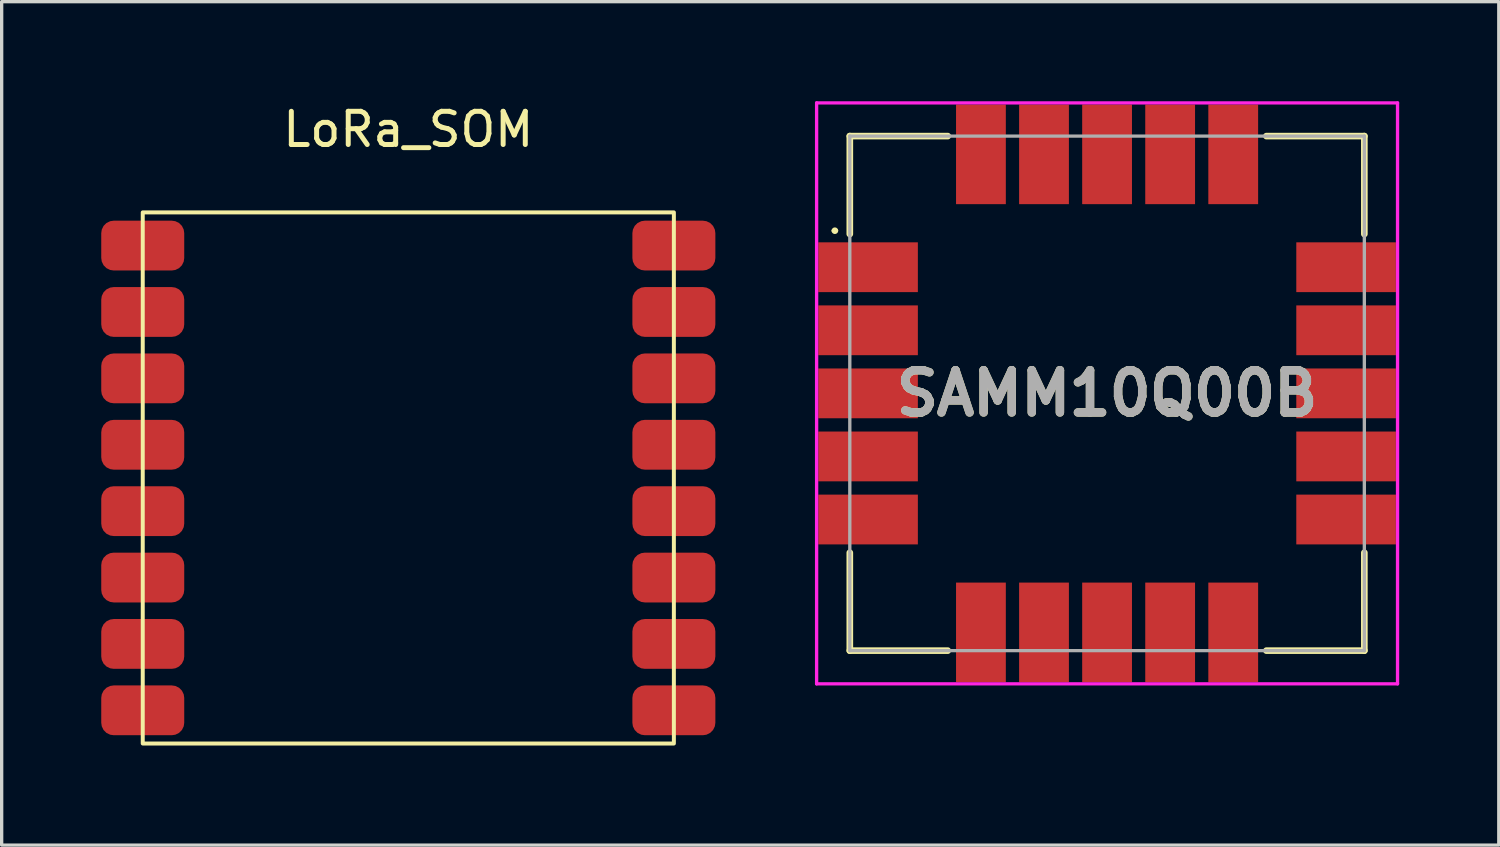
<source format=kicad_pcb>
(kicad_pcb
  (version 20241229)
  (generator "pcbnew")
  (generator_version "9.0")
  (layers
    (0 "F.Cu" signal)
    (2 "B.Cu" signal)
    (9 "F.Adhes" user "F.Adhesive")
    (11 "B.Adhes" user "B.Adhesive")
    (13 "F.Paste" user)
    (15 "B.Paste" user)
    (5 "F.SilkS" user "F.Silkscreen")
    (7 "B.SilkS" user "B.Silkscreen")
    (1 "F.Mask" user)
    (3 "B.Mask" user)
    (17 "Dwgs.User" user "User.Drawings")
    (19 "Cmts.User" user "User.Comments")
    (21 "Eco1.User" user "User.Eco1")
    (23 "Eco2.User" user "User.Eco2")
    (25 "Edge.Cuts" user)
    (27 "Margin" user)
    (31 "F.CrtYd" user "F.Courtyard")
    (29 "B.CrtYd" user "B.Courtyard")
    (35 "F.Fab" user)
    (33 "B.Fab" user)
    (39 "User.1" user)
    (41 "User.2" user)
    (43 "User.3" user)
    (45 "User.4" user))
  (footprint "LoRa_SOM"
    (layer "F.Cu")
    (at 9.25 1.348)
    (property "Reference" "LoRa_SOM" (at 0 -0.5 0) (unlocked yes) (layer "F.SilkS") (effects (font (size 1 1) (thickness 0.15))))
    (attr smd)
    (fp_rect (start -8 2) (end 8 18) (stroke (width 0.12) (type default)) (fill no) (layer "F.SilkS"))
    (pad "1" smd roundrect (at -8 3) (size 2.5 1.5) (layers "F.Cu" "F.Mask" "F.Paste") (roundrect_rratio 0.25))
    (pad "2" smd roundrect (at -8 5) (size 2.5 1.5) (layers "F.Cu" "F.Mask" "F.Paste") (roundrect_rratio 0.25))
    (pad "3" smd roundrect (at -8 7) (size 2.5 1.5) (layers "F.Cu" "F.Mask" "F.Paste") (roundrect_rratio 0.25))
    (pad "4" smd roundrect (at -8 9) (size 2.5 1.5) (layers "F.Cu" "F.Mask" "F.Paste") (roundrect_rratio 0.25))
    (pad "5" smd roundrect (at -8 11) (size 2.5 1.5) (layers "F.Cu" "F.Mask" "F.Paste") (roundrect_rratio 0.25))
    (pad "6" smd roundrect (at -8 13) (size 2.5 1.5) (layers "F.Cu" "F.Mask" "F.Paste") (roundrect_rratio 0.25))
    (pad "7" smd roundrect (at -8 15) (size 2.5 1.5) (layers "F.Cu" "F.Mask" "F.Paste") (roundrect_rratio 0.25))
    (pad "8" smd roundrect (at -8 17) (size 2.5 1.5) (layers "F.Cu" "F.Mask" "F.Paste") (roundrect_rratio 0.25))
    (pad "9" smd roundrect (at 8 17) (size 2.5 1.5) (layers "F.Cu" "F.Mask" "F.Paste") (roundrect_rratio 0.25))
    (pad "10" smd roundrect (at 8 15) (size 2.5 1.5) (layers "F.Cu" "F.Mask" "F.Paste") (roundrect_rratio 0.25))
    (pad "11" smd roundrect (at 8 13) (size 2.5 1.5) (layers "F.Cu" "F.Mask" "F.Paste") (roundrect_rratio 0.25))
    (pad "12" smd roundrect (at 8 11) (size 2.5 1.5) (layers "F.Cu" "F.Mask" "F.Paste") (roundrect_rratio 0.25))
    (pad "13" smd roundrect (at 8 9) (size 2.5 1.5) (layers "F.Cu" "F.Mask" "F.Paste") (roundrect_rratio 0.25))
    (pad "14" smd roundrect (at 8 7) (size 2.5 1.5) (layers "F.Cu" "F.Mask" "F.Paste") (roundrect_rratio 0.25))
    (pad "15" smd roundrect (at 8 5) (size 2.5 1.5) (layers "F.Cu" "F.Mask" "F.Paste") (roundrect_rratio 0.25))
    (pad "16" smd roundrect (at 8 3) (size 2.5 1.5) (layers "F.Cu" "F.Mask" "F.Paste") (roundrect_rratio 0.25)))
  (footprint "SAMM10Q00B"
    (layer "F.Cu")
    (at 30.3 8.8)
    (property "Reference" "SAMM10Q00B" (at 0 0 0) (layer "F.SilkS") (effects (font (size 1.27 1.27) (thickness 0.254))))
    (attr smd)
    (fp_line (start -7.75 -7.75) (end -4.8 -7.75) (stroke (width 0.2) (type solid)) (layer "F.SilkS"))
    (fp_line (start -7.75 -4.8) (end -7.75 -7.75) (stroke (width 0.2) (type solid)) (layer "F.SilkS"))
    (fp_line (start -7.75 4.8) (end -7.75 7.75) (stroke (width 0.2) (type solid)) (layer "F.SilkS"))
    (fp_line (start -7.75 7.75) (end -4.8 7.75) (stroke (width 0.2) (type solid)) (layer "F.SilkS"))
    (fp_line (start 4.8 -7.75) (end 7.75 -7.75) (stroke (width 0.2) (type solid)) (layer "F.SilkS"))
    (fp_line (start 7.75 -7.75) (end 7.75 -4.8) (stroke (width 0.2) (type solid)) (layer "F.SilkS"))
    (fp_line (start 7.75 4.8) (end 7.75 7.75) (stroke (width 0.2) (type solid)) (layer "F.SilkS"))
    (fp_line (start 7.75 7.75) (end 4.8 7.75) (stroke (width 0.2) (type solid)) (layer "F.SilkS"))
    (fp_arc (start -8.25 -4.9) (mid -8.2 -4.95) (end -8.15 -4.9) (stroke (width 0.1) (type solid)) (layer "F.SilkS"))
    (fp_arc (start -8.15 -4.9) (mid -8.2 -4.85) (end -8.25 -4.9) (stroke (width 0.1) (type solid)) (layer "F.SilkS"))
    (fp_line (start -8.75 -8.75) (end 8.75 -8.75) (stroke (width 0.1) (type solid)) (layer "F.CrtYd"))
    (fp_line (start -8.75 8.75) (end -8.75 -8.75) (stroke (width 0.1) (type solid)) (layer "F.CrtYd"))
    (fp_line (start 8.75 -8.75) (end 8.75 8.75) (stroke (width 0.1) (type solid)) (layer "F.CrtYd"))
    (fp_line (start 8.75 8.75) (end -8.75 8.75) (stroke (width 0.1) (type solid)) (layer "F.CrtYd"))
    (fp_line (start -7.75 -7.75) (end 7.75 -7.75) (stroke (width 0.1) (type solid)) (layer "F.Fab"))
    (fp_line (start -7.75 7.75) (end -7.75 -7.75) (stroke (width 0.1) (type solid)) (layer "F.Fab"))
    (fp_line (start 7.75 -7.75) (end 7.75 7.75) (stroke (width 0.1) (type solid)) (layer "F.Fab"))
    (fp_line (start 7.75 7.75) (end -7.75 7.75) (stroke (width 0.1) (type solid)) (layer "F.Fab"))
    (fp_text user "${REFERENCE}" (at 0 0 0) (layer "F.Fab") (effects (font (size 1.27 1.27) (thickness 0.254))))
    (pad "1" smd rect (at -7.2 -3.8 90) (size 1.5 3) (layers "F.Cu" "F.Mask" "F.Paste"))
    (pad "2" smd rect (at -7.2 -1.9 90) (size 1.5 3) (layers "F.Cu" "F.Mask" "F.Paste"))
    (pad "3" smd rect (at -7.2 0 90) (size 1.5 3) (layers "F.Cu" "F.Mask" "F.Paste"))
    (pad "4" smd rect (at -7.2 1.9 90) (size 1.5 3) (layers "F.Cu" "F.Mask" "F.Paste"))
    (pad "5" smd rect (at -7.2 3.8 90) (size 1.5 3) (layers "F.Cu" "F.Mask" "F.Paste"))
    (pad "6" smd rect (at -3.8 7.2) (size 1.5 3) (layers "F.Cu" "F.Mask" "F.Paste"))
    (pad "7" smd rect (at -1.9 7.2) (size 1.5 3) (layers "F.Cu" "F.Mask" "F.Paste"))
    (pad "8" smd rect (at 0 7.2) (size 1.5 3) (layers "F.Cu" "F.Mask" "F.Paste"))
    (pad "9" smd rect (at 1.9 7.2) (size 1.5 3) (layers "F.Cu" "F.Mask" "F.Paste"))
    (pad "10" smd rect (at 3.8 7.2) (size 1.5 3) (layers "F.Cu" "F.Mask" "F.Paste"))
    (pad "11" smd rect (at 7.2 3.8 90) (size 1.5 3) (layers "F.Cu" "F.Mask" "F.Paste"))
    (pad "12" smd rect (at 7.2 1.9 90) (size 1.5 3) (layers "F.Cu" "F.Mask" "F.Paste"))
    (pad "13" smd rect (at 7.2 0 90) (size 1.5 3) (layers "F.Cu" "F.Mask" "F.Paste"))
    (pad "14" smd rect (at 7.2 -1.9 90) (size 1.5 3) (layers "F.Cu" "F.Mask" "F.Paste"))
    (pad "15" smd rect (at 7.2 -3.8 90) (size 1.5 3) (layers "F.Cu" "F.Mask" "F.Paste"))
    (pad "16" smd rect (at 3.8 -7.2) (size 1.5 3) (layers "F.Cu" "F.Mask" "F.Paste"))
    (pad "17" smd rect (at 1.9 -7.2) (size 1.5 3) (layers "F.Cu" "F.Mask" "F.Paste"))
    (pad "18" smd rect (at 0 -7.2) (size 1.5 3) (layers "F.Cu" "F.Mask" "F.Paste"))
    (pad "19" smd rect (at -1.9 -7.2) (size 1.5 3) (layers "F.Cu" "F.Mask" "F.Paste"))
    (pad "20" smd rect (at -3.8 -7.2) (size 1.5 3) (layers "F.Cu" "F.Mask" "F.Paste")))
  (gr_rect
    (start -3 -3)
    (end 42.1 22.408)
    (stroke (width 0.1) (type default))
    (fill no)
    (layer "Edge.Cuts")))
</source>
